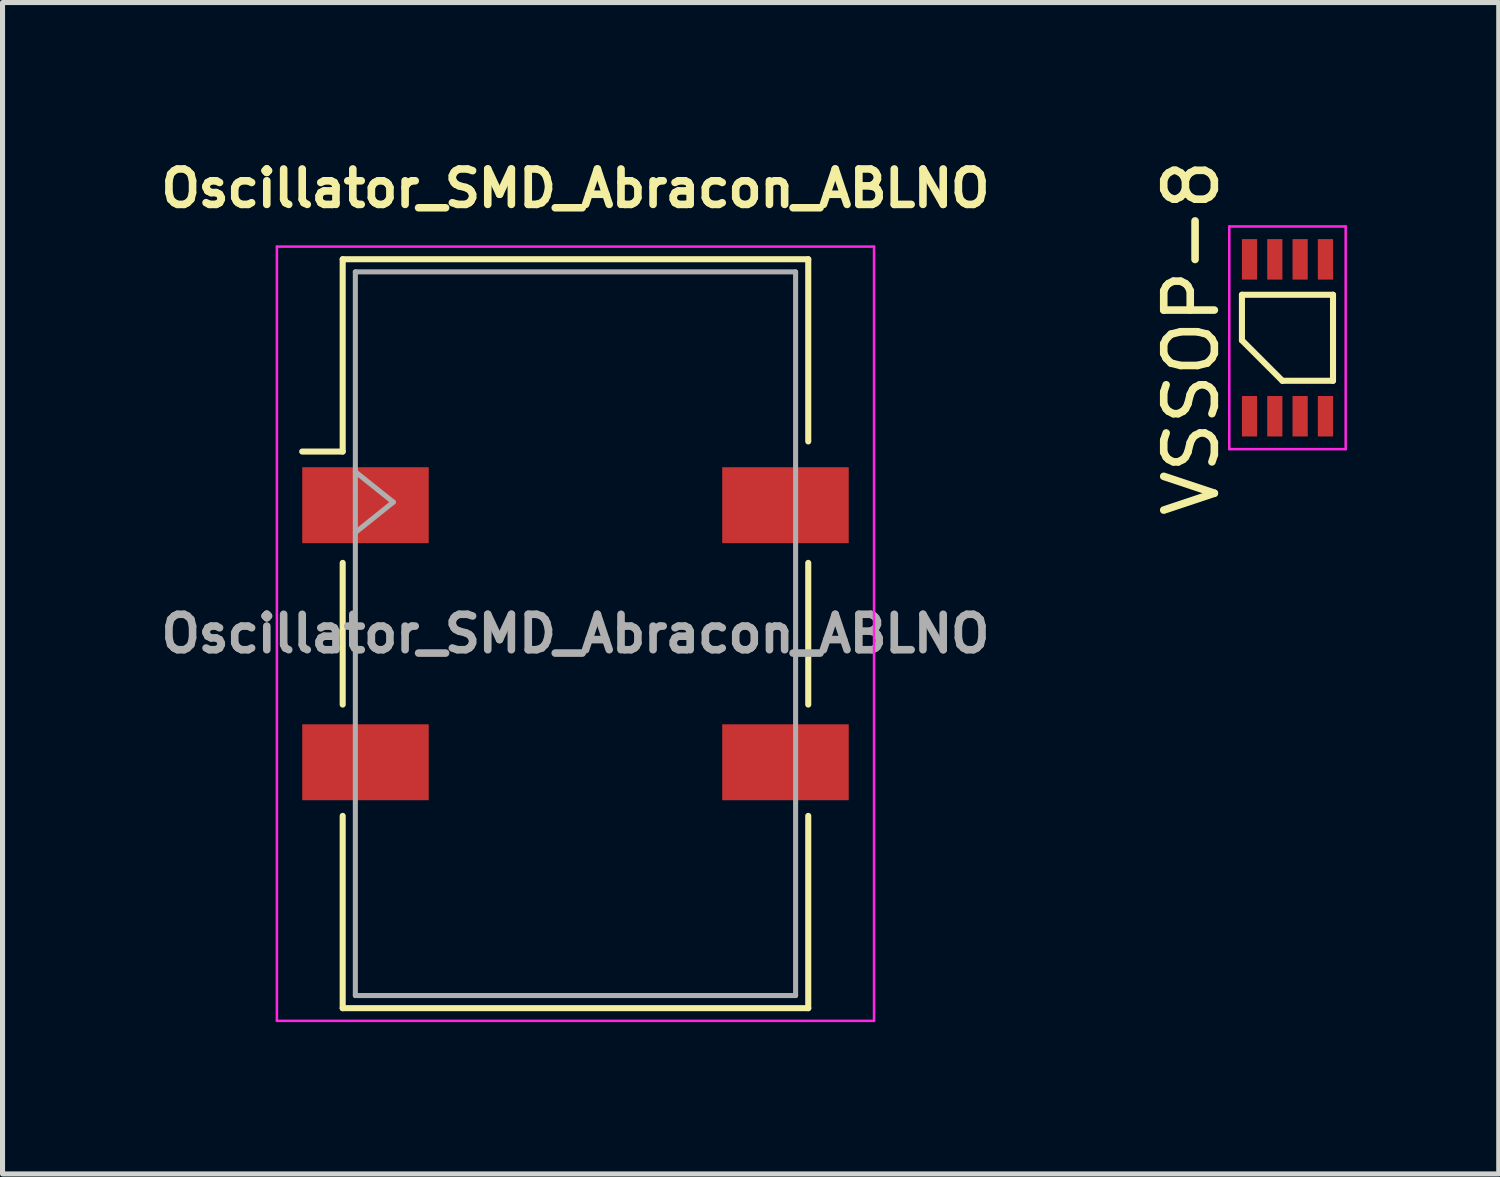
<source format=kicad_pcb>
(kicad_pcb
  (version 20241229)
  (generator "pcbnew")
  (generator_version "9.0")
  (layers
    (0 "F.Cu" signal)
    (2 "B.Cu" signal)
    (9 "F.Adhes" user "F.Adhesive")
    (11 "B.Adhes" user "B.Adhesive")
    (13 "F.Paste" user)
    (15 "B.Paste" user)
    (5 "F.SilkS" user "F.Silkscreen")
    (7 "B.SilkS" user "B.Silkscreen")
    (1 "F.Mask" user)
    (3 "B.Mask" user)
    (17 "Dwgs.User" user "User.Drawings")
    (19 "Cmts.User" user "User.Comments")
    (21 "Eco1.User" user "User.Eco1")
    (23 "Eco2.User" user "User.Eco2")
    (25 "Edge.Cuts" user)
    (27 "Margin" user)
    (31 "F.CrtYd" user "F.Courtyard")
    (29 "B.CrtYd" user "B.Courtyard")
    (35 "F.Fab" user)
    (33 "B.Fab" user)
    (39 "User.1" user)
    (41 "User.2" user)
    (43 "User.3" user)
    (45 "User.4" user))
  (footprint "Oscillator_SMD_Abracon_ABLNO"
    (layer "F.Cu")
    (at 8.322 9.473)
    (property "Reference" "Oscillator_SMD_Abracon_ABLNO" (at 0 -8.8 0) (layer "F.SilkS") (effects (font (size 0.7 0.7) (thickness 0.15))))
    (attr smd)
    (fp_line (start -4.6 -7.4) (end 4.6 -7.4) (stroke (width 0.12) (type solid)) (layer "F.SilkS"))
    (fp_line (start -4.6 -3.6) (end -5.4 -3.6) (stroke (width 0.12) (type solid)) (layer "F.SilkS"))
    (fp_line (start -4.6 -3.6) (end -4.6 -7.4) (stroke (width 0.12) (type solid)) (layer "F.SilkS"))
    (fp_line (start -4.6 -1.4) (end -4.6 1.4) (stroke (width 0.12) (type solid)) (layer "F.SilkS"))
    (fp_line (start -4.6 7.4) (end -4.6 3.6) (stroke (width 0.12) (type solid)) (layer "F.SilkS"))
    (fp_line (start 4.6 -3.8) (end 4.6 -7.4) (stroke (width 0.12) (type solid)) (layer "F.SilkS"))
    (fp_line (start 4.6 1.4) (end 4.6 -1.4) (stroke (width 0.12) (type solid)) (layer "F.SilkS"))
    (fp_line (start 4.6 3.6) (end 4.6 7.4) (stroke (width 0.12) (type solid)) (layer "F.SilkS"))
    (fp_line (start 4.6 7.4) (end -4.6 7.4) (stroke (width 0.12) (type solid)) (layer "F.SilkS"))
    (fp_line (start -5.9 -7.65) (end 5.9 -7.65) (stroke (width 0.05) (type solid)) (layer "F.CrtYd"))
    (fp_line (start -5.9 7.65) (end -5.9 -7.65) (stroke (width 0.05) (type solid)) (layer "F.CrtYd"))
    (fp_line (start 5.9 -7.65) (end 5.9 7.65) (stroke (width 0.05) (type solid)) (layer "F.CrtYd"))
    (fp_line (start 5.9 7.65) (end -5.9 7.65) (stroke (width 0.05) (type solid)) (layer "F.CrtYd"))
    (fp_line (start -4.35 -7.15) (end 4.35 -7.15) (stroke (width 0.1) (type solid)) (layer "F.Fab"))
    (fp_line (start -4.35 -3.2) (end -3.6 -2.6) (stroke (width 0.1) (type solid)) (layer "F.Fab"))
    (fp_line (start -4.35 7.15) (end -4.35 -7.15) (stroke (width 0.1) (type solid)) (layer "F.Fab"))
    (fp_line (start -3.6 -2.6) (end -4.35 -2) (stroke (width 0.1) (type solid)) (layer "F.Fab"))
    (fp_line (start 4.35 -7.15) (end 4.35 7.15) (stroke (width 0.1) (type solid)) (layer "F.Fab"))
    (fp_line (start 4.35 7.15) (end -4.35 7.15) (stroke (width 0.1) (type solid)) (layer "F.Fab"))
    (fp_text user "${REFERENCE}" (at 0 0 0) (layer "F.Fab") (effects (font (size 0.7 0.7) (thickness 0.15))))
    (pad "1" smd rect (at -4.15 -2.54 270) (size 1.5 2.5) (layers "F.Cu" "F.Mask" "F.Paste"))
    (pad "2" smd rect (at -4.15 2.54 270) (size 1.5 2.5) (layers "F.Cu" "F.Mask" "F.Paste"))
    (pad "3" smd rect (at 4.15 2.54 270) (size 1.5 2.5) (layers "F.Cu" "F.Mask" "F.Paste"))
    (pad "4" smd rect (at 4.15 -2.54 270) (size 1.5 2.5) (layers "F.Cu" "F.Mask" "F.Paste")))
  (footprint "VSSOP-8"
    (layer "F.Cu")
    (at 22.392 3.625)
    (property "Reference" "VSSOP-8" (at -1.9 0 90) (layer "F.SilkS") (effects (font (size 1 1) (thickness 0.15))))
    (attr smd)
    (fp_line (start -0.9 -0.85) (end 0.9 -0.85) (stroke (width 0.12) (type solid)) (layer "F.SilkS"))
    (fp_line (start -0.9 0.05) (end -0.9 -0.85) (stroke (width 0.12) (type solid)) (layer "F.SilkS"))
    (fp_line (start -0.1 0.85) (end -0.9 0.05) (stroke (width 0.12) (type solid)) (layer "F.SilkS"))
    (fp_line (start 0.9 -0.85) (end 0.9 0.85) (stroke (width 0.12) (type solid)) (layer "F.SilkS"))
    (fp_line (start 0.9 0.85) (end -0.1 0.85) (stroke (width 0.12) (type solid)) (layer "F.SilkS"))
    (fp_line (start -1.15 -2.2) (end 1.15 -2.2) (stroke (width 0.05) (type solid)) (layer "F.CrtYd"))
    (fp_line (start -1.15 2.2) (end -1.15 -2.2) (stroke (width 0.05) (type solid)) (layer "F.CrtYd"))
    (fp_line (start 1.15 -2.2) (end 1.15 2.2) (stroke (width 0.05) (type solid)) (layer "F.CrtYd"))
    (fp_line (start 1.15 2.2) (end -1.15 2.2) (stroke (width 0.05) (type solid)) (layer "F.CrtYd"))
    (pad "1" smd rect (at -0.75 1.55) (size 0.3 0.8) (layers "F.Cu" "F.Mask" "F.Paste"))
    (pad "2" smd rect (at -0.25 1.55) (size 0.3 0.8) (layers "F.Cu" "F.Mask" "F.Paste"))
    (pad "3" smd rect (at 0.25 1.55) (size 0.3 0.8) (layers "F.Cu" "F.Mask" "F.Paste"))
    (pad "4" smd rect (at 0.75 1.55) (size 0.3 0.8) (layers "F.Cu" "F.Mask" "F.Paste"))
    (pad "5" smd rect (at 0.75 -1.55) (size 0.3 0.8) (layers "F.Cu" "F.Mask" "F.Paste"))
    (pad "6" smd rect (at 0.25 -1.55) (size 0.3 0.8) (layers "F.Cu" "F.Mask" "F.Paste"))
    (pad "7" smd rect (at -0.25 -1.55) (size 0.3 0.8) (layers "F.Cu" "F.Mask" "F.Paste"))
    (pad "8" smd rect (at -0.75 -1.55) (size 0.3 0.8) (layers "F.Cu" "F.Mask" "F.Paste")))
  (gr_rect
    (start -3 -3)
    (end 26.567 20.148)
    (stroke (width 0.1) (type default))
    (fill no)
    (layer "Edge.Cuts")))
</source>
